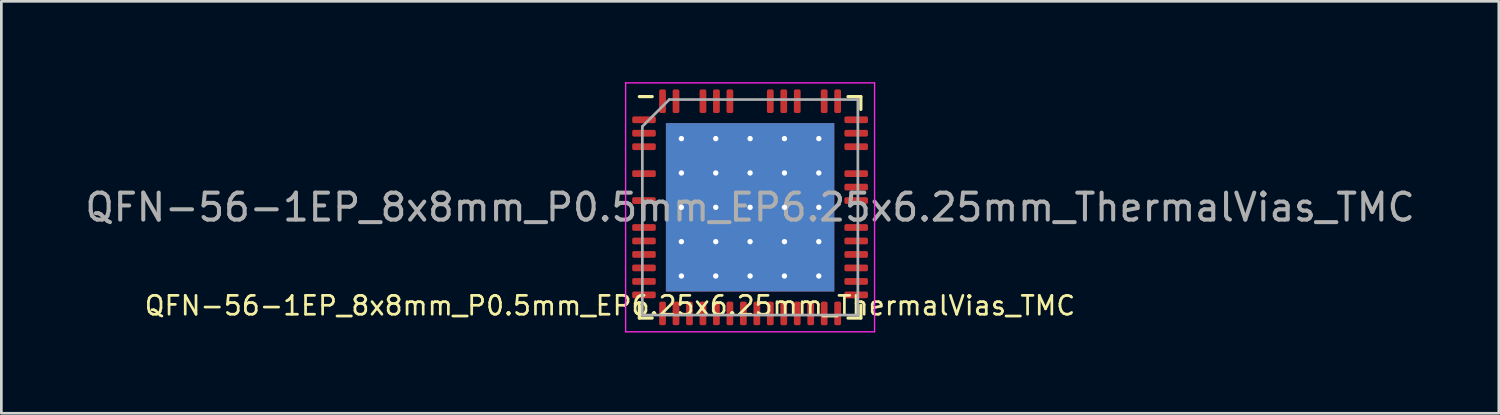
<source format=kicad_pcb>
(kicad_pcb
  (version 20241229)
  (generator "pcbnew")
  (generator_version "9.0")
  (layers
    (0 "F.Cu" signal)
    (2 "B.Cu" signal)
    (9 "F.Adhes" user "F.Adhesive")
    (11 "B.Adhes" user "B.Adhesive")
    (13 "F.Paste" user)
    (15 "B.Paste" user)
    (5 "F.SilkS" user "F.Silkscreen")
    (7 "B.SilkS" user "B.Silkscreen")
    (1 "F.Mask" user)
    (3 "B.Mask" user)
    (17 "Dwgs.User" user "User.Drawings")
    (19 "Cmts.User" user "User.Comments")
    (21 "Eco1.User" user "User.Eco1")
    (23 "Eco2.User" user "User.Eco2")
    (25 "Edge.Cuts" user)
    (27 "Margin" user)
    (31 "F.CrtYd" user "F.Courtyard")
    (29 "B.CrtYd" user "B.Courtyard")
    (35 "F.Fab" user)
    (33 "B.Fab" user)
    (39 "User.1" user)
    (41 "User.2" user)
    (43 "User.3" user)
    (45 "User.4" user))
  (footprint "QFN-56-1EP_8x8mm_P0.5mm_EP6.25x6.25mm_ThermalVias_TMC"
    (layer "F.Cu")
    (at 24.792 4.645)
    (property "Reference" "QFN-56-1EP_8x8mm_P0.5mm_EP6.25x6.25mm_ThermalVias_TMC" (at -5.2 3.65 0) (unlocked yes) (layer "F.SilkS") (effects (font (size 0.7 0.7) (thickness 0.1))))
    (attr smd)
    (fp_line (start -4.11 4.11) (end -4.11 3.635) (stroke (width 0.12) (type solid)) (layer "F.SilkS"))
    (fp_line (start -3.635 -4.11) (end -4.11 -4.11) (stroke (width 0.12) (type solid)) (layer "F.SilkS"))
    (fp_line (start -3.635 4.11) (end -4.11 4.11) (stroke (width 0.12) (type solid)) (layer "F.SilkS"))
    (fp_line (start 3.635 -4.11) (end 4.11 -4.11) (stroke (width 0.12) (type solid)) (layer "F.SilkS"))
    (fp_line (start 3.635 4.11) (end 4.11 4.11) (stroke (width 0.12) (type solid)) (layer "F.SilkS"))
    (fp_line (start 4.11 -4.11) (end 4.11 -3.635) (stroke (width 0.12) (type solid)) (layer "F.SilkS"))
    (fp_line (start 4.11 4.11) (end 4.11 3.635) (stroke (width 0.12) (type solid)) (layer "F.SilkS"))
    (fp_line (start -4.62 -4.62) (end -4.62 4.62) (stroke (width 0.05) (type solid)) (layer "F.CrtYd"))
    (fp_line (start -4.62 4.62) (end 4.62 4.62) (stroke (width 0.05) (type solid)) (layer "F.CrtYd"))
    (fp_line (start 4.62 -4.62) (end -4.62 -4.62) (stroke (width 0.05) (type solid)) (layer "F.CrtYd"))
    (fp_line (start 4.62 4.62) (end 4.62 -4.62) (stroke (width 0.05) (type solid)) (layer "F.CrtYd"))
    (fp_line (start -4 -3) (end -3 -4) (stroke (width 0.1) (type solid)) (layer "F.Fab"))
    (fp_line (start -4 4) (end -4 -3) (stroke (width 0.1) (type solid)) (layer "F.Fab"))
    (fp_line (start -3 -4) (end 4 -4) (stroke (width 0.1) (type solid)) (layer "F.Fab"))
    (fp_line (start 4 -4) (end 4 4) (stroke (width 0.1) (type solid)) (layer "F.Fab"))
    (fp_line (start 4 4) (end -4 4) (stroke (width 0.1) (type solid)) (layer "F.Fab"))
    (fp_text user "${REFERENCE}" (at 0 0 0) (unlocked yes) (layer "F.Fab") (effects (font (size 1 1) (thickness 0.15))))
    (pad "" smd roundrect (at -1.913 -1.913) (size 1.084 1.084) (layers "F.Mask" "F.Paste") (roundrect_rratio 0.231))
    (pad "" smd roundrect (at -1.913 -0.637) (size 1.084 1.084) (layers "F.Mask" "F.Paste") (roundrect_rratio 0.231))
    (pad "" smd roundrect (at -1.913 0.637) (size 1.084 1.084) (layers "F.Mask" "F.Paste") (roundrect_rratio 0.231))
    (pad "" smd roundrect (at -1.913 1.913) (size 1.084 1.084) (layers "F.Mask" "F.Paste") (roundrect_rratio 0.231))
    (pad "" smd roundrect (at -0.637 -1.913) (size 1.084 1.084) (layers "F.Mask" "F.Paste") (roundrect_rratio 0.231))
    (pad "" smd roundrect (at -0.637 -0.637) (size 1.084 1.084) (layers "F.Mask" "F.Paste") (roundrect_rratio 0.231))
    (pad "" smd roundrect (at -0.637 0.637) (size 1.084 1.084) (layers "F.Mask" "F.Paste") (roundrect_rratio 0.231))
    (pad "" smd roundrect (at -0.637 1.913) (size 1.084 1.084) (layers "F.Mask" "F.Paste") (roundrect_rratio 0.231))
    (pad "" smd roundrect (at 0.637 -1.913) (size 1.084 1.084) (layers "F.Mask" "F.Paste") (roundrect_rratio 0.231))
    (pad "" smd roundrect (at 0.637 -0.637) (size 1.084 1.084) (layers "F.Mask" "F.Paste") (roundrect_rratio 0.231))
    (pad "" smd roundrect (at 0.637 0.637) (size 1.084 1.084) (layers "F.Mask" "F.Paste") (roundrect_rratio 0.231))
    (pad "" smd roundrect (at 0.637 1.913) (size 1.084 1.084) (layers "F.Mask" "F.Paste") (roundrect_rratio 0.231))
    (pad "" smd roundrect (at 1.913 -1.913) (size 1.084 1.084) (layers "F.Mask" "F.Paste") (roundrect_rratio 0.231))
    (pad "" smd roundrect (at 1.913 -0.637) (size 1.084 1.084) (layers "F.Mask" "F.Paste") (roundrect_rratio 0.231))
    (pad "" smd roundrect (at 1.913 0.637) (size 1.084 1.084) (layers "F.Mask" "F.Paste") (roundrect_rratio 0.231))
    (pad "" smd roundrect (at 1.913 1.913) (size 1.084 1.084) (layers "F.Mask" "F.Paste") (roundrect_rratio 0.231))
    (pad "1" smd roundrect (at -3.938 -3.25) (size 0.875 0.25) (layers "F.Cu" "F.Mask" "F.Paste") (roundrect_rratio 0.25))
    (pad "2" smd roundrect (at -3.938 -2.75) (size 0.875 0.25) (layers "F.Cu" "F.Mask" "F.Paste") (roundrect_rratio 0.25))
    (pad "3" smd roundrect (at -3.938 -2.25) (size 0.875 0.25) (layers "F.Cu" "F.Mask" "F.Paste") (roundrect_rratio 0.25))
    (pad "4" smd roundrect (at -3.938 -1.25) (size 0.875 0.25) (layers "F.Cu" "F.Mask" "F.Paste") (roundrect_rratio 0.25))
    (pad "5" smd roundrect (at -3.938 -0.25) (size 0.875 0.25) (layers "F.Cu" "F.Mask" "F.Paste") (roundrect_rratio 0.25))
    (pad "6" smd roundrect (at -3.938 0.75) (size 0.875 0.25) (layers "F.Cu" "F.Mask" "F.Paste") (roundrect_rratio 0.25))
    (pad "7" smd roundrect (at -3.938 1.25) (size 0.875 0.25) (layers "F.Cu" "F.Mask" "F.Paste") (roundrect_rratio 0.25))
    (pad "8" smd roundrect (at -3.938 1.75) (size 0.875 0.25) (layers "F.Cu" "F.Mask" "F.Paste") (roundrect_rratio 0.25))
    (pad "9" smd roundrect (at -3.938 2.25) (size 0.875 0.25) (layers "F.Cu" "F.Mask" "F.Paste") (roundrect_rratio 0.25))
    (pad "10" smd roundrect (at -3.938 2.75) (size 0.875 0.25) (layers "F.Cu" "F.Mask" "F.Paste") (roundrect_rratio 0.25))
    (pad "11" smd roundrect (at -3.938 3.25) (size 0.875 0.25) (layers "F.Cu" "F.Mask" "F.Paste") (roundrect_rratio 0.25))
    (pad "12" smd roundrect (at -3.25 3.938) (size 0.25 0.875) (layers "F.Cu" "F.Mask" "F.Paste") (roundrect_rratio 0.25))
    (pad "13" smd roundrect (at -2.75 3.938) (size 0.25 0.875) (layers "F.Cu" "F.Mask" "F.Paste") (roundrect_rratio 0.25))
    (pad "14" smd roundrect (at -2.25 3.938) (size 0.25 0.875) (layers "F.Cu" "F.Mask" "F.Paste") (roundrect_rratio 0.25))
    (pad "15" smd roundrect (at -1.75 3.938) (size 0.25 0.875) (layers "F.Cu" "F.Mask" "F.Paste") (roundrect_rratio 0.25))
    (pad "16" smd roundrect (at -1.25 3.938) (size 0.25 0.875) (layers "F.Cu" "F.Mask" "F.Paste") (roundrect_rratio 0.25))
    (pad "17" smd roundrect (at -0.75 3.938) (size 0.25 0.875) (layers "F.Cu" "F.Mask" "F.Paste") (roundrect_rratio 0.25))
    (pad "18" smd roundrect (at -0.25 3.938) (size 0.25 0.875) (layers "F.Cu" "F.Mask" "F.Paste") (roundrect_rratio 0.25))
    (pad "19" smd roundrect (at 0.25 3.938) (size 0.25 0.875) (layers "F.Cu" "F.Mask" "F.Paste") (roundrect_rratio 0.25))
    (pad "20" smd roundrect (at 0.75 3.938) (size 0.25 0.875) (layers "F.Cu" "F.Mask" "F.Paste") (roundrect_rratio 0.25))
    (pad "21" smd roundrect (at 1.25 3.938) (size 0.25 0.875) (layers "F.Cu" "F.Mask" "F.Paste") (roundrect_rratio 0.25))
    (pad "22" smd roundrect (at 1.75 3.938) (size 0.25 0.875) (layers "F.Cu" "F.Mask" "F.Paste") (roundrect_rratio 0.25))
    (pad "23" smd roundrect (at 2.25 3.938) (size 0.25 0.875) (layers "F.Cu" "F.Mask" "F.Paste") (roundrect_rratio 0.25))
    (pad "24" smd roundrect (at 2.75 3.938) (size 0.25 0.875) (layers "F.Cu" "F.Mask" "F.Paste") (roundrect_rratio 0.25))
    (pad "25" smd roundrect (at 3.25 3.938) (size 0.25 0.875) (layers "F.Cu" "F.Mask" "F.Paste") (roundrect_rratio 0.25))
    (pad "26" smd roundrect (at 3.938 3.25) (size 0.875 0.25) (layers "F.Cu" "F.Mask" "F.Paste") (roundrect_rratio 0.25))
    (pad "27" smd roundrect (at 3.938 2.75) (size 0.875 0.25) (layers "F.Cu" "F.Mask" "F.Paste") (roundrect_rratio 0.25))
    (pad "28" smd roundrect (at 3.938 2.25) (size 0.875 0.25) (layers "F.Cu" "F.Mask" "F.Paste") (roundrect_rratio 0.25))
    (pad "29" smd roundrect (at 3.938 1.75) (size 0.875 0.25) (layers "F.Cu" "F.Mask" "F.Paste") (roundrect_rratio 0.25))
    (pad "30" smd roundrect (at 3.938 1.25) (size 0.875 0.25) (layers "F.Cu" "F.Mask" "F.Paste") (roundrect_rratio 0.25))
    (pad "31" smd roundrect (at 3.938 0.75) (size 0.875 0.25) (layers "F.Cu" "F.Mask" "F.Paste") (roundrect_rratio 0.25))
    (pad "32" smd roundrect (at 3.938 -0.25) (size 0.875 0.25) (layers "F.Cu" "F.Mask" "F.Paste") (roundrect_rratio 0.25))
    (pad "33" smd roundrect (at 3.938 -0.75) (size 0.875 0.25) (layers "F.Cu" "F.Mask" "F.Paste") (roundrect_rratio 0.25))
    (pad "34" smd roundrect (at 3.938 -1.25) (size 0.875 0.25) (layers "F.Cu" "F.Mask" "F.Paste") (roundrect_rratio 0.25))
    (pad "35" smd roundrect (at 3.938 -2.25) (size 0.875 0.25) (layers "F.Cu" "F.Mask" "F.Paste") (roundrect_rratio 0.25))
    (pad "36" smd roundrect (at 3.938 -2.75) (size 0.875 0.25) (layers "F.Cu" "F.Mask" "F.Paste") (roundrect_rratio 0.25))
    (pad "37" smd roundrect (at 3.938 -3.25) (size 0.875 0.25) (layers "F.Cu" "F.Mask" "F.Paste") (roundrect_rratio 0.25))
    (pad "38" smd roundrect (at 3.25 -3.938) (size 0.25 0.875) (layers "F.Cu" "F.Mask" "F.Paste") (roundrect_rratio 0.25))
    (pad "39" smd roundrect (at 2.75 -3.938) (size 0.25 0.875) (layers "F.Cu" "F.Mask" "F.Paste") (roundrect_rratio 0.25))
    (pad "40" smd roundrect (at 1.75 -3.938) (size 0.25 0.875) (layers "F.Cu" "F.Mask" "F.Paste") (roundrect_rratio 0.25))
    (pad "41" smd roundrect (at 1.25 -3.938) (size 0.25 0.875) (layers "F.Cu" "F.Mask" "F.Paste") (roundrect_rratio 0.25))
    (pad "42" smd roundrect (at 0.75 -3.938) (size 0.25 0.875) (layers "F.Cu" "F.Mask" "F.Paste") (roundrect_rratio 0.25))
    (pad "43" smd roundrect (at -0.75 -3.938) (size 0.25 0.875) (layers "F.Cu" "F.Mask" "F.Paste") (roundrect_rratio 0.25))
    (pad "44" smd roundrect (at -1.25 -3.938) (size 0.25 0.875) (layers "F.Cu" "F.Mask" "F.Paste") (roundrect_rratio 0.25))
    (pad "45" smd roundrect (at -1.75 -3.938) (size 0.25 0.875) (layers "F.Cu" "F.Mask" "F.Paste") (roundrect_rratio 0.25))
    (pad "46" smd roundrect (at -2.75 -3.938) (size 0.25 0.875) (layers "F.Cu" "F.Mask" "F.Paste") (roundrect_rratio 0.25))
    (pad "47" smd roundrect (at -3.25 -3.938) (size 0.25 0.875) (layers "F.Cu" "F.Mask" "F.Paste") (roundrect_rratio 0.25))
    (pad "48" thru_hole circle (at -2.55 -2.55) (size 0.5 0.5) (drill 0.2) (layers "*.Cu"))
    (pad "48" thru_hole circle (at -2.55 -1.275) (size 0.5 0.5) (drill 0.2) (layers "*.Cu"))
    (pad "48" thru_hole circle (at -2.55 0) (size 0.5 0.5) (drill 0.2) (layers "*.Cu"))
    (pad "48" thru_hole circle (at -2.55 1.275) (size 0.5 0.5) (drill 0.2) (layers "*.Cu"))
    (pad "48" thru_hole circle (at -2.55 2.55) (size 0.5 0.5) (drill 0.2) (layers "*.Cu"))
    (pad "48" thru_hole circle (at -1.275 -2.55) (size 0.5 0.5) (drill 0.2) (layers "*.Cu"))
    (pad "48" thru_hole circle (at -1.275 -1.275) (size 0.5 0.5) (drill 0.2) (layers "*.Cu"))
    (pad "48" thru_hole circle (at -1.275 0) (size 0.5 0.5) (drill 0.2) (layers "*.Cu"))
    (pad "48" thru_hole circle (at -1.275 1.275) (size 0.5 0.5) (drill 0.2) (layers "*.Cu"))
    (pad "48" thru_hole circle (at -1.275 2.55) (size 0.5 0.5) (drill 0.2) (layers "*.Cu"))
    (pad "48" thru_hole circle (at 0 -2.55) (size 0.5 0.5) (drill 0.2) (layers "*.Cu"))
    (pad "48" thru_hole circle (at 0 -1.275) (size 0.5 0.5) (drill 0.2) (layers "*.Cu"))
    (pad "48" thru_hole circle (at 0 0) (size 0.5 0.5) (drill 0.2) (layers "*.Cu"))
    (pad "48" smd rect (at 0 0) (size 6.25 6.25) (layers "F.Cu" "F.Mask"))
    (pad "48" smd rect (at 0 0) (size 6.25 6.25) (layers "B.Cu" "B.Mask"))
    (pad "48" thru_hole circle (at 0 1.275) (size 0.5 0.5) (drill 0.2) (layers "*.Cu"))
    (pad "48" thru_hole circle (at 0 2.55) (size 0.5 0.5) (drill 0.2) (layers "*.Cu"))
    (pad "48" thru_hole circle (at 1.275 -2.55) (size 0.5 0.5) (drill 0.2) (layers "*.Cu"))
    (pad "48" thru_hole circle (at 1.275 -1.275) (size 0.5 0.5) (drill 0.2) (layers "*.Cu"))
    (pad "48" thru_hole circle (at 1.275 0) (size 0.5 0.5) (drill 0.2) (layers "*.Cu"))
    (pad "48" thru_hole circle (at 1.275 1.275) (size 0.5 0.5) (drill 0.2) (layers "*.Cu"))
    (pad "48" thru_hole circle (at 1.275 2.55) (size 0.5 0.5) (drill 0.2) (layers "*.Cu"))
    (pad "48" thru_hole circle (at 2.55 -2.55) (size 0.5 0.5) (drill 0.2) (layers "*.Cu"))
    (pad "48" thru_hole circle (at 2.55 -1.275) (size 0.5 0.5) (drill 0.2) (layers "*.Cu"))
    (pad "48" thru_hole circle (at 2.55 0) (size 0.5 0.5) (drill 0.2) (layers "*.Cu"))
    (pad "48" thru_hole circle (at 2.55 1.275) (size 0.5 0.5) (drill 0.2) (layers "*.Cu"))
    (pad "48" thru_hole circle (at 2.55 2.55) (size 0.5 0.5) (drill 0.2) (layers "*.Cu")))
  (gr_rect
    (start -3 -3)
    (end 52.583 12.29)
    (stroke (width 0.1) (type default))
    (fill no)
    (layer "Edge.Cuts")))
</source>
